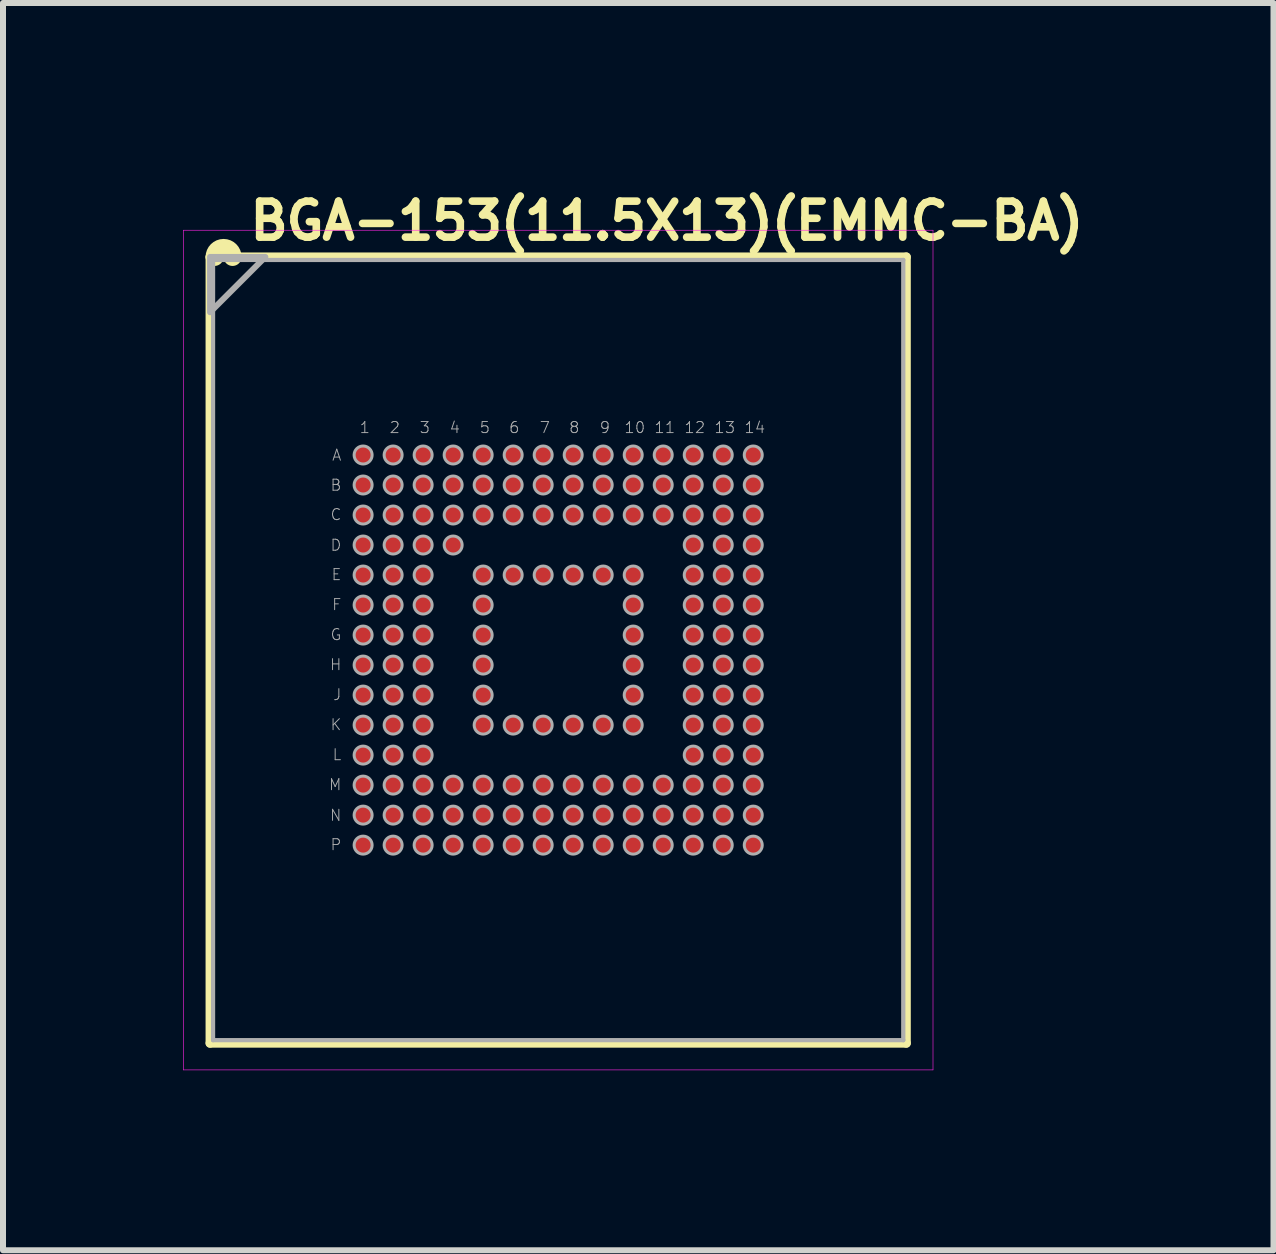
<source format=kicad_pcb>
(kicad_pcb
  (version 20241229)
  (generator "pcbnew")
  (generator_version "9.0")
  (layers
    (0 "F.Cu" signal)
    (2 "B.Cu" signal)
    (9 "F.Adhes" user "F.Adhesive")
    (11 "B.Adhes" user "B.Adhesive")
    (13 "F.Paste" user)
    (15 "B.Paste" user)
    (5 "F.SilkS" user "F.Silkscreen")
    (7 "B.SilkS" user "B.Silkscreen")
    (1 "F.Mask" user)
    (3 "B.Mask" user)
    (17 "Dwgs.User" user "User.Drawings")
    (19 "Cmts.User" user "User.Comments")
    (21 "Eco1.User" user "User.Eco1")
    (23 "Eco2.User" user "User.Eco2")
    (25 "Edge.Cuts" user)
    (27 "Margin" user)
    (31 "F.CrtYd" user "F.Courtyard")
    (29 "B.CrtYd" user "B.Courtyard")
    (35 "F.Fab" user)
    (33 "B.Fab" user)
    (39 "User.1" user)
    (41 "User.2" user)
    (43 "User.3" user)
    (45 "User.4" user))
  (footprint "BGA-153(11.5X13)(EMMC-BA)"
    (layer "F.Cu")
    (at 6.25 7.781)
    (property "Reference" "BGA-153(11.5X13)(EMMC-BA)" (at -5.2 -6.8 0) (layer "F.SilkS") (effects (font (size 0.6 0.6) (thickness 0.127) (bold yes)) (justify left bottom)))
    (fp_circle (center -3.25 -3.25) (end -3.148 -3.25) (stroke (width 0.203) (type solid)) (fill no) (layer "F.Mask"))
    (fp_circle (center -3.25 -2.75) (end -3.148 -2.75) (stroke (width 0.203) (type solid)) (fill no) (layer "F.Mask"))
    (fp_circle (center -3.25 -2.25) (end -3.148 -2.25) (stroke (width 0.203) (type solid)) (fill no) (layer "F.Mask"))
    (fp_circle (center -3.25 -1.75) (end -3.148 -1.75) (stroke (width 0.203) (type solid)) (fill no) (layer "F.Mask"))
    (fp_circle (center -3.25 -1.25) (end -3.148 -1.25) (stroke (width 0.203) (type solid)) (fill no) (layer "F.Mask"))
    (fp_circle (center -3.25 -0.75) (end -3.148 -0.75) (stroke (width 0.203) (type solid)) (fill no) (layer "F.Mask"))
    (fp_circle (center -3.25 -0.25) (end -3.148 -0.25) (stroke (width 0.203) (type solid)) (fill no) (layer "F.Mask"))
    (fp_circle (center -3.25 0.25) (end -3.148 0.25) (stroke (width 0.203) (type solid)) (fill no) (layer "F.Mask"))
    (fp_circle (center -3.25 0.75) (end -3.148 0.75) (stroke (width 0.203) (type solid)) (fill no) (layer "F.Mask"))
    (fp_circle (center -3.25 1.25) (end -3.148 1.25) (stroke (width 0.203) (type solid)) (fill no) (layer "F.Mask"))
    (fp_circle (center -3.25 1.75) (end -3.148 1.75) (stroke (width 0.203) (type solid)) (fill no) (layer "F.Mask"))
    (fp_circle (center -3.25 2.25) (end -3.148 2.25) (stroke (width 0.203) (type solid)) (fill no) (layer "F.Mask"))
    (fp_circle (center -3.25 2.75) (end -3.148 2.75) (stroke (width 0.203) (type solid)) (fill no) (layer "F.Mask"))
    (fp_circle (center -3.25 3.25) (end -3.148 3.25) (stroke (width 0.203) (type solid)) (fill no) (layer "F.Mask"))
    (fp_circle (center -2.75 -3.25) (end -2.648 -3.25) (stroke (width 0.203) (type solid)) (fill no) (layer "F.Mask"))
    (fp_circle (center -2.75 -2.75) (end -2.648 -2.75) (stroke (width 0.203) (type solid)) (fill no) (layer "F.Mask"))
    (fp_circle (center -2.75 -2.25) (end -2.648 -2.25) (stroke (width 0.203) (type solid)) (fill no) (layer "F.Mask"))
    (fp_circle (center -2.75 -1.75) (end -2.648 -1.75) (stroke (width 0.203) (type solid)) (fill no) (layer "F.Mask"))
    (fp_circle (center -2.75 -1.25) (end -2.648 -1.25) (stroke (width 0.203) (type solid)) (fill no) (layer "F.Mask"))
    (fp_circle (center -2.75 -0.75) (end -2.648 -0.75) (stroke (width 0.203) (type solid)) (fill no) (layer "F.Mask"))
    (fp_circle (center -2.75 -0.25) (end -2.648 -0.25) (stroke (width 0.203) (type solid)) (fill no) (layer "F.Mask"))
    (fp_circle (center -2.75 0.25) (end -2.648 0.25) (stroke (width 0.203) (type solid)) (fill no) (layer "F.Mask"))
    (fp_circle (center -2.75 0.75) (end -2.648 0.75) (stroke (width 0.203) (type solid)) (fill no) (layer "F.Mask"))
    (fp_circle (center -2.75 1.25) (end -2.648 1.25) (stroke (width 0.203) (type solid)) (fill no) (layer "F.Mask"))
    (fp_circle (center -2.75 1.75) (end -2.648 1.75) (stroke (width 0.203) (type solid)) (fill no) (layer "F.Mask"))
    (fp_circle (center -2.75 2.25) (end -2.648 2.25) (stroke (width 0.203) (type solid)) (fill no) (layer "F.Mask"))
    (fp_circle (center -2.75 2.75) (end -2.648 2.75) (stroke (width 0.203) (type solid)) (fill no) (layer "F.Mask"))
    (fp_circle (center -2.75 3.25) (end -2.648 3.25) (stroke (width 0.203) (type solid)) (fill no) (layer "F.Mask"))
    (fp_circle (center -2.25 -3.25) (end -2.148 -3.25) (stroke (width 0.203) (type solid)) (fill no) (layer "F.Mask"))
    (fp_circle (center -2.25 -2.75) (end -2.148 -2.75) (stroke (width 0.203) (type solid)) (fill no) (layer "F.Mask"))
    (fp_circle (center -2.25 -2.25) (end -2.148 -2.25) (stroke (width 0.203) (type solid)) (fill no) (layer "F.Mask"))
    (fp_circle (center -2.25 -1.75) (end -2.148 -1.75) (stroke (width 0.203) (type solid)) (fill no) (layer "F.Mask"))
    (fp_circle (center -2.25 -1.25) (end -2.148 -1.25) (stroke (width 0.203) (type solid)) (fill no) (layer "F.Mask"))
    (fp_circle (center -2.25 -0.75) (end -2.148 -0.75) (stroke (width 0.203) (type solid)) (fill no) (layer "F.Mask"))
    (fp_circle (center -2.25 -0.25) (end -2.148 -0.25) (stroke (width 0.203) (type solid)) (fill no) (layer "F.Mask"))
    (fp_circle (center -2.25 0.25) (end -2.148 0.25) (stroke (width 0.203) (type solid)) (fill no) (layer "F.Mask"))
    (fp_circle (center -2.25 0.75) (end -2.148 0.75) (stroke (width 0.203) (type solid)) (fill no) (layer "F.Mask"))
    (fp_circle (center -2.25 1.25) (end -2.148 1.25) (stroke (width 0.203) (type solid)) (fill no) (layer "F.Mask"))
    (fp_circle (center -2.25 1.75) (end -2.148 1.75) (stroke (width 0.203) (type solid)) (fill no) (layer "F.Mask"))
    (fp_circle (center -2.25 2.25) (end -2.148 2.25) (stroke (width 0.203) (type solid)) (fill no) (layer "F.Mask"))
    (fp_circle (center -2.25 2.75) (end -2.148 2.75) (stroke (width 0.203) (type solid)) (fill no) (layer "F.Mask"))
    (fp_circle (center -2.25 3.25) (end -2.148 3.25) (stroke (width 0.203) (type solid)) (fill no) (layer "F.Mask"))
    (fp_circle (center -1.75 -3.25) (end -1.648 -3.25) (stroke (width 0.203) (type solid)) (fill no) (layer "F.Mask"))
    (fp_circle (center -1.75 -2.75) (end -1.648 -2.75) (stroke (width 0.203) (type solid)) (fill no) (layer "F.Mask"))
    (fp_circle (center -1.75 -2.25) (end -1.648 -2.25) (stroke (width 0.203) (type solid)) (fill no) (layer "F.Mask"))
    (fp_circle (center -1.75 -1.75) (end -1.648 -1.75) (stroke (width 0.203) (type solid)) (fill no) (layer "F.Mask"))
    (fp_circle (center -1.75 2.25) (end -1.648 2.25) (stroke (width 0.203) (type solid)) (fill no) (layer "F.Mask"))
    (fp_circle (center -1.75 2.75) (end -1.648 2.75) (stroke (width 0.203) (type solid)) (fill no) (layer "F.Mask"))
    (fp_circle (center -1.75 3.25) (end -1.648 3.25) (stroke (width 0.203) (type solid)) (fill no) (layer "F.Mask"))
    (fp_circle (center -1.25 -3.25) (end -1.148 -3.25) (stroke (width 0.203) (type solid)) (fill no) (layer "F.Mask"))
    (fp_circle (center -1.25 -2.75) (end -1.148 -2.75) (stroke (width 0.203) (type solid)) (fill no) (layer "F.Mask"))
    (fp_circle (center -1.25 -2.25) (end -1.148 -2.25) (stroke (width 0.203) (type solid)) (fill no) (layer "F.Mask"))
    (fp_circle (center -1.25 -1.25) (end -1.148 -1.25) (stroke (width 0.203) (type solid)) (fill no) (layer "F.Mask"))
    (fp_circle (center -1.25 -0.75) (end -1.148 -0.75) (stroke (width 0.203) (type solid)) (fill no) (layer "F.Mask"))
    (fp_circle (center -1.25 -0.25) (end -1.148 -0.25) (stroke (width 0.203) (type solid)) (fill no) (layer "F.Mask"))
    (fp_circle (center -1.25 0.25) (end -1.148 0.25) (stroke (width 0.203) (type solid)) (fill no) (layer "F.Mask"))
    (fp_circle (center -1.25 0.75) (end -1.148 0.75) (stroke (width 0.203) (type solid)) (fill no) (layer "F.Mask"))
    (fp_circle (center -1.25 1.25) (end -1.148 1.25) (stroke (width 0.203) (type solid)) (fill no) (layer "F.Mask"))
    (fp_circle (center -1.25 2.25) (end -1.148 2.25) (stroke (width 0.203) (type solid)) (fill no) (layer "F.Mask"))
    (fp_circle (center -1.25 2.75) (end -1.148 2.75) (stroke (width 0.203) (type solid)) (fill no) (layer "F.Mask"))
    (fp_circle (center -1.25 3.25) (end -1.148 3.25) (stroke (width 0.203) (type solid)) (fill no) (layer "F.Mask"))
    (fp_circle (center -0.75 -3.25) (end -0.648 -3.25) (stroke (width 0.203) (type solid)) (fill no) (layer "F.Mask"))
    (fp_circle (center -0.75 -2.75) (end -0.648 -2.75) (stroke (width 0.203) (type solid)) (fill no) (layer "F.Mask"))
    (fp_circle (center -0.75 -2.25) (end -0.648 -2.25) (stroke (width 0.203) (type solid)) (fill no) (layer "F.Mask"))
    (fp_circle (center -0.75 -1.25) (end -0.648 -1.25) (stroke (width 0.203) (type solid)) (fill no) (layer "F.Mask"))
    (fp_circle (center -0.75 1.25) (end -0.648 1.25) (stroke (width 0.203) (type solid)) (fill no) (layer "F.Mask"))
    (fp_circle (center -0.75 2.25) (end -0.648 2.25) (stroke (width 0.203) (type solid)) (fill no) (layer "F.Mask"))
    (fp_circle (center -0.75 2.75) (end -0.648 2.75) (stroke (width 0.203) (type solid)) (fill no) (layer "F.Mask"))
    (fp_circle (center -0.75 3.25) (end -0.648 3.25) (stroke (width 0.203) (type solid)) (fill no) (layer "F.Mask"))
    (fp_circle (center -0.25 -3.25) (end -0.148 -3.25) (stroke (width 0.203) (type solid)) (fill no) (layer "F.Mask"))
    (fp_circle (center -0.25 -2.75) (end -0.148 -2.75) (stroke (width 0.203) (type solid)) (fill no) (layer "F.Mask"))
    (fp_circle (center -0.25 -2.25) (end -0.148 -2.25) (stroke (width 0.203) (type solid)) (fill no) (layer "F.Mask"))
    (fp_circle (center -0.25 -1.25) (end -0.148 -1.25) (stroke (width 0.203) (type solid)) (fill no) (layer "F.Mask"))
    (fp_circle (center -0.25 1.25) (end -0.148 1.25) (stroke (width 0.203) (type solid)) (fill no) (layer "F.Mask"))
    (fp_circle (center -0.25 2.25) (end -0.148 2.25) (stroke (width 0.203) (type solid)) (fill no) (layer "F.Mask"))
    (fp_circle (center -0.25 2.75) (end -0.148 2.75) (stroke (width 0.203) (type solid)) (fill no) (layer "F.Mask"))
    (fp_circle (center -0.25 3.25) (end -0.148 3.25) (stroke (width 0.203) (type solid)) (fill no) (layer "F.Mask"))
    (fp_circle (center 0.25 -3.25) (end 0.352 -3.25) (stroke (width 0.203) (type solid)) (fill no) (layer "F.Mask"))
    (fp_circle (center 0.25 -2.75) (end 0.352 -2.75) (stroke (width 0.203) (type solid)) (fill no) (layer "F.Mask"))
    (fp_circle (center 0.25 -2.25) (end 0.352 -2.25) (stroke (width 0.203) (type solid)) (fill no) (layer "F.Mask"))
    (fp_circle (center 0.25 -1.25) (end 0.352 -1.25) (stroke (width 0.203) (type solid)) (fill no) (layer "F.Mask"))
    (fp_circle (center 0.25 1.25) (end 0.352 1.25) (stroke (width 0.203) (type solid)) (fill no) (layer "F.Mask"))
    (fp_circle (center 0.25 2.25) (end 0.352 2.25) (stroke (width 0.203) (type solid)) (fill no) (layer "F.Mask"))
    (fp_circle (center 0.25 2.75) (end 0.352 2.75) (stroke (width 0.203) (type solid)) (fill no) (layer "F.Mask"))
    (fp_circle (center 0.25 3.25) (end 0.352 3.25) (stroke (width 0.203) (type solid)) (fill no) (layer "F.Mask"))
    (fp_circle (center 0.75 -3.25) (end 0.852 -3.25) (stroke (width 0.203) (type solid)) (fill no) (layer "F.Mask"))
    (fp_circle (center 0.75 -2.75) (end 0.852 -2.75) (stroke (width 0.203) (type solid)) (fill no) (layer "F.Mask"))
    (fp_circle (center 0.75 -2.25) (end 0.852 -2.25) (stroke (width 0.203) (type solid)) (fill no) (layer "F.Mask"))
    (fp_circle (center 0.75 -1.25) (end 0.852 -1.25) (stroke (width 0.203) (type solid)) (fill no) (layer "F.Mask"))
    (fp_circle (center 0.75 1.25) (end 0.852 1.25) (stroke (width 0.203) (type solid)) (fill no) (layer "F.Mask"))
    (fp_circle (center 0.75 2.25) (end 0.852 2.25) (stroke (width 0.203) (type solid)) (fill no) (layer "F.Mask"))
    (fp_circle (center 0.75 2.75) (end 0.852 2.75) (stroke (width 0.203) (type solid)) (fill no) (layer "F.Mask"))
    (fp_circle (center 0.75 3.25) (end 0.852 3.25) (stroke (width 0.203) (type solid)) (fill no) (layer "F.Mask"))
    (fp_circle (center 1.25 -3.25) (end 1.352 -3.25) (stroke (width 0.203) (type solid)) (fill no) (layer "F.Mask"))
    (fp_circle (center 1.25 -2.75) (end 1.352 -2.75) (stroke (width 0.203) (type solid)) (fill no) (layer "F.Mask"))
    (fp_circle (center 1.25 -2.25) (end 1.352 -2.25) (stroke (width 0.203) (type solid)) (fill no) (layer "F.Mask"))
    (fp_circle (center 1.25 -1.25) (end 1.352 -1.25) (stroke (width 0.203) (type solid)) (fill no) (layer "F.Mask"))
    (fp_circle (center 1.25 -0.75) (end 1.352 -0.75) (stroke (width 0.203) (type solid)) (fill no) (layer "F.Mask"))
    (fp_circle (center 1.25 -0.25) (end 1.352 -0.25) (stroke (width 0.203) (type solid)) (fill no) (layer "F.Mask"))
    (fp_circle (center 1.25 0.25) (end 1.352 0.25) (stroke (width 0.203) (type solid)) (fill no) (layer "F.Mask"))
    (fp_circle (center 1.25 0.75) (end 1.352 0.75) (stroke (width 0.203) (type solid)) (fill no) (layer "F.Mask"))
    (fp_circle (center 1.25 1.25) (end 1.352 1.25) (stroke (width 0.203) (type solid)) (fill no) (layer "F.Mask"))
    (fp_circle (center 1.25 2.25) (end 1.352 2.25) (stroke (width 0.203) (type solid)) (fill no) (layer "F.Mask"))
    (fp_circle (center 1.25 2.75) (end 1.352 2.75) (stroke (width 0.203) (type solid)) (fill no) (layer "F.Mask"))
    (fp_circle (center 1.25 3.25) (end 1.352 3.25) (stroke (width 0.203) (type solid)) (fill no) (layer "F.Mask"))
    (fp_circle (center 1.75 -3.25) (end 1.852 -3.25) (stroke (width 0.203) (type solid)) (fill no) (layer "F.Mask"))
    (fp_circle (center 1.75 -2.75) (end 1.852 -2.75) (stroke (width 0.203) (type solid)) (fill no) (layer "F.Mask"))
    (fp_circle (center 1.75 -2.25) (end 1.852 -2.25) (stroke (width 0.203) (type solid)) (fill no) (layer "F.Mask"))
    (fp_circle (center 1.75 2.25) (end 1.852 2.25) (stroke (width 0.203) (type solid)) (fill no) (layer "F.Mask"))
    (fp_circle (center 1.75 2.75) (end 1.852 2.75) (stroke (width 0.203) (type solid)) (fill no) (layer "F.Mask"))
    (fp_circle (center 1.75 3.25) (end 1.852 3.25) (stroke (width 0.203) (type solid)) (fill no) (layer "F.Mask"))
    (fp_circle (center 2.25 -3.25) (end 2.352 -3.25) (stroke (width 0.203) (type solid)) (fill no) (layer "F.Mask"))
    (fp_circle (center 2.25 -2.75) (end 2.352 -2.75) (stroke (width 0.203) (type solid)) (fill no) (layer "F.Mask"))
    (fp_circle (center 2.25 -2.25) (end 2.352 -2.25) (stroke (width 0.203) (type solid)) (fill no) (layer "F.Mask"))
    (fp_circle (center 2.25 -1.75) (end 2.352 -1.75) (stroke (width 0.203) (type solid)) (fill no) (layer "F.Mask"))
    (fp_circle (center 2.25 -1.25) (end 2.352 -1.25) (stroke (width 0.203) (type solid)) (fill no) (layer "F.Mask"))
    (fp_circle (center 2.25 -0.75) (end 2.352 -0.75) (stroke (width 0.203) (type solid)) (fill no) (layer "F.Mask"))
    (fp_circle (center 2.25 -0.25) (end 2.352 -0.25) (stroke (width 0.203) (type solid)) (fill no) (layer "F.Mask"))
    (fp_circle (center 2.25 0.25) (end 2.352 0.25) (stroke (width 0.203) (type solid)) (fill no) (layer "F.Mask"))
    (fp_circle (center 2.25 0.75) (end 2.352 0.75) (stroke (width 0.203) (type solid)) (fill no) (layer "F.Mask"))
    (fp_circle (center 2.25 1.25) (end 2.352 1.25) (stroke (width 0.203) (type solid)) (fill no) (layer "F.Mask"))
    (fp_circle (center 2.25 1.75) (end 2.352 1.75) (stroke (width 0.203) (type solid)) (fill no) (layer "F.Mask"))
    (fp_circle (center 2.25 2.25) (end 2.352 2.25) (stroke (width 0.203) (type solid)) (fill no) (layer "F.Mask"))
    (fp_circle (center 2.25 2.75) (end 2.352 2.75) (stroke (width 0.203) (type solid)) (fill no) (layer "F.Mask"))
    (fp_circle (center 2.25 3.25) (end 2.352 3.25) (stroke (width 0.203) (type solid)) (fill no) (layer "F.Mask"))
    (fp_circle (center 2.75 -3.25) (end 2.852 -3.25) (stroke (width 0.203) (type solid)) (fill no) (layer "F.Mask"))
    (fp_circle (center 2.75 -2.75) (end 2.852 -2.75) (stroke (width 0.203) (type solid)) (fill no) (layer "F.Mask"))
    (fp_circle (center 2.75 -2.25) (end 2.852 -2.25) (stroke (width 0.203) (type solid)) (fill no) (layer "F.Mask"))
    (fp_circle (center 2.75 -1.75) (end 2.852 -1.75) (stroke (width 0.203) (type solid)) (fill no) (layer "F.Mask"))
    (fp_circle (center 2.75 -1.25) (end 2.852 -1.25) (stroke (width 0.203) (type solid)) (fill no) (layer "F.Mask"))
    (fp_circle (center 2.75 -0.75) (end 2.852 -0.75) (stroke (width 0.203) (type solid)) (fill no) (layer "F.Mask"))
    (fp_circle (center 2.75 -0.25) (end 2.852 -0.25) (stroke (width 0.203) (type solid)) (fill no) (layer "F.Mask"))
    (fp_circle (center 2.75 0.25) (end 2.852 0.25) (stroke (width 0.203) (type solid)) (fill no) (layer "F.Mask"))
    (fp_circle (center 2.75 0.75) (end 2.852 0.75) (stroke (width 0.203) (type solid)) (fill no) (layer "F.Mask"))
    (fp_circle (center 2.75 1.25) (end 2.852 1.25) (stroke (width 0.203) (type solid)) (fill no) (layer "F.Mask"))
    (fp_circle (center 2.75 1.75) (end 2.852 1.75) (stroke (width 0.203) (type solid)) (fill no) (layer "F.Mask"))
    (fp_circle (center 2.75 2.25) (end 2.852 2.25) (stroke (width 0.203) (type solid)) (fill no) (layer "F.Mask"))
    (fp_circle (center 2.75 2.75) (end 2.852 2.75) (stroke (width 0.203) (type solid)) (fill no) (layer "F.Mask"))
    (fp_circle (center 2.75 3.25) (end 2.852 3.25) (stroke (width 0.203) (type solid)) (fill no) (layer "F.Mask"))
    (fp_circle (center 3.25 -3.25) (end 3.352 -3.25) (stroke (width 0.203) (type solid)) (fill no) (layer "F.Mask"))
    (fp_circle (center 3.25 -2.75) (end 3.352 -2.75) (stroke (width 0.203) (type solid)) (fill no) (layer "F.Mask"))
    (fp_circle (center 3.25 -2.25) (end 3.352 -2.25) (stroke (width 0.203) (type solid)) (fill no) (layer "F.Mask"))
    (fp_circle (center 3.25 -1.75) (end 3.352 -1.75) (stroke (width 0.203) (type solid)) (fill no) (layer "F.Mask"))
    (fp_circle (center 3.25 -1.25) (end 3.352 -1.25) (stroke (width 0.203) (type solid)) (fill no) (layer "F.Mask"))
    (fp_circle (center 3.25 -0.75) (end 3.352 -0.75) (stroke (width 0.203) (type solid)) (fill no) (layer "F.Mask"))
    (fp_circle (center 3.25 -0.25) (end 3.352 -0.25) (stroke (width 0.203) (type solid)) (fill no) (layer "F.Mask"))
    (fp_circle (center 3.25 0.25) (end 3.352 0.25) (stroke (width 0.203) (type solid)) (fill no) (layer "F.Mask"))
    (fp_circle (center 3.25 0.75) (end 3.352 0.75) (stroke (width 0.203) (type solid)) (fill no) (layer "F.Mask"))
    (fp_circle (center 3.25 1.25) (end 3.352 1.25) (stroke (width 0.203) (type solid)) (fill no) (layer "F.Mask"))
    (fp_circle (center 3.25 1.75) (end 3.352 1.75) (stroke (width 0.203) (type solid)) (fill no) (layer "F.Mask"))
    (fp_circle (center 3.25 2.25) (end 3.352 2.25) (stroke (width 0.203) (type solid)) (fill no) (layer "F.Mask"))
    (fp_circle (center 3.25 2.75) (end 3.352 2.75) (stroke (width 0.203) (type solid)) (fill no) (layer "F.Mask"))
    (fp_circle (center 3.25 3.25) (end 3.352 3.25) (stroke (width 0.203) (type solid)) (fill no) (layer "F.Mask"))
    (fp_line (start -5.8 -6.55) (end -5.725 -6.55) (stroke (width 0.15) (type solid)) (layer "F.SilkS"))
    (fp_line (start -5.8 6.55) (end -5.8 -6.55) (stroke (width 0.15) (type solid)) (layer "F.SilkS"))
    (fp_line (start -5.725 -6.55) (end -5.425 -6.55) (stroke (width 0.15) (type solid)) (layer "F.SilkS"))
    (fp_line (start -5.425 -6.55) (end 5.8 -6.55) (stroke (width 0.15) (type solid)) (layer "F.SilkS"))
    (fp_line (start 5.8 -6.55) (end 5.8 6.55) (stroke (width 0.15) (type solid)) (layer "F.SilkS"))
    (fp_line (start 5.8 6.55) (end -5.8 6.55) (stroke (width 0.15) (type solid)) (layer "F.SilkS"))
    (fp_arc (start -5.725 -6.55) (mid -5.575 -6.7) (end -5.425 -6.55) (stroke (width 0.3) (type solid)) (layer "F.SilkS"))
    (fp_line (start -6.245 -6.995) (end -6.245 6.995) (stroke (width 0.01) (type solid)) (layer "F.CrtYd"))
    (fp_line (start -6.245 6.995) (end 6.245 6.995) (stroke (width 0.01) (type solid)) (layer "F.CrtYd"))
    (fp_line (start 6.245 -6.995) (end -6.245 -6.995) (stroke (width 0.01) (type solid)) (layer "F.CrtYd"))
    (fp_line (start 6.245 6.995) (end 6.245 -6.995) (stroke (width 0.01) (type solid)) (layer "F.CrtYd"))
    (fp_line (start -5.75 -6.5) (end 5.75 -6.5) (stroke (width 0.07) (type solid)) (layer "F.Fab"))
    (fp_line (start -5.75 6.5) (end -5.75 -6.5) (stroke (width 0.07) (type solid)) (layer "F.Fab"))
    (fp_line (start 5.75 -6.5) (end 5.75 6.5) (stroke (width 0.07) (type solid)) (layer "F.Fab"))
    (fp_line (start 5.75 6.5) (end -5.75 6.5) (stroke (width 0.07) (type solid)) (layer "F.Fab"))
    (fp_circle (center -3.25 -3.25) (end -3.1 -3.25) (stroke (width 0.05) (type solid)) (fill no) (layer "F.Fab"))
    (fp_circle (center -3.25 -2.75) (end -3.1 -2.75) (stroke (width 0.05) (type solid)) (fill no) (layer "F.Fab"))
    (fp_circle (center -3.25 -2.25) (end -3.1 -2.25) (stroke (width 0.05) (type solid)) (fill no) (layer "F.Fab"))
    (fp_circle (center -3.25 -1.75) (end -3.1 -1.75) (stroke (width 0.05) (type solid)) (fill no) (layer "F.Fab"))
    (fp_circle (center -3.25 -1.25) (end -3.1 -1.25) (stroke (width 0.05) (type solid)) (fill no) (layer "F.Fab"))
    (fp_circle (center -3.25 -0.75) (end -3.1 -0.75) (stroke (width 0.05) (type solid)) (fill no) (layer "F.Fab"))
    (fp_circle (center -3.25 -0.25) (end -3.1 -0.25) (stroke (width 0.05) (type solid)) (fill no) (layer "F.Fab"))
    (fp_circle (center -3.25 0.25) (end -3.1 0.25) (stroke (width 0.05) (type solid)) (fill no) (layer "F.Fab"))
    (fp_circle (center -3.25 0.75) (end -3.1 0.75) (stroke (width 0.05) (type solid)) (fill no) (layer "F.Fab"))
    (fp_circle (center -3.25 1.25) (end -3.1 1.25) (stroke (width 0.05) (type solid)) (fill no) (layer "F.Fab"))
    (fp_circle (center -3.25 1.75) (end -3.1 1.75) (stroke (width 0.05) (type solid)) (fill no) (layer "F.Fab"))
    (fp_circle (center -3.25 2.25) (end -3.1 2.25) (stroke (width 0.05) (type solid)) (fill no) (layer "F.Fab"))
    (fp_circle (center -3.25 2.75) (end -3.1 2.75) (stroke (width 0.05) (type solid)) (fill no) (layer "F.Fab"))
    (fp_circle (center -3.25 3.25) (end -3.1 3.25) (stroke (width 0.05) (type solid)) (fill no) (layer "F.Fab"))
    (fp_circle (center -2.75 -3.25) (end -2.6 -3.25) (stroke (width 0.05) (type solid)) (fill no) (layer "F.Fab"))
    (fp_circle (center -2.75 -2.75) (end -2.6 -2.75) (stroke (width 0.05) (type solid)) (fill no) (layer "F.Fab"))
    (fp_circle (center -2.75 -2.25) (end -2.6 -2.25) (stroke (width 0.05) (type solid)) (fill no) (layer "F.Fab"))
    (fp_circle (center -2.75 -1.75) (end -2.6 -1.75) (stroke (width 0.05) (type solid)) (fill no) (layer "F.Fab"))
    (fp_circle (center -2.75 -1.25) (end -2.6 -1.25) (stroke (width 0.05) (type solid)) (fill no) (layer "F.Fab"))
    (fp_circle (center -2.75 -0.75) (end -2.6 -0.75) (stroke (width 0.05) (type solid)) (fill no) (layer "F.Fab"))
    (fp_circle (center -2.75 -0.25) (end -2.6 -0.25) (stroke (width 0.05) (type solid)) (fill no) (layer "F.Fab"))
    (fp_circle (center -2.75 0.25) (end -2.6 0.25) (stroke (width 0.05) (type solid)) (fill no) (layer "F.Fab"))
    (fp_circle (center -2.75 0.75) (end -2.6 0.75) (stroke (width 0.05) (type solid)) (fill no) (layer "F.Fab"))
    (fp_circle (center -2.75 1.25) (end -2.6 1.25) (stroke (width 0.05) (type solid)) (fill no) (layer "F.Fab"))
    (fp_circle (center -2.75 1.75) (end -2.6 1.75) (stroke (width 0.05) (type solid)) (fill no) (layer "F.Fab"))
    (fp_circle (center -2.75 2.25) (end -2.6 2.25) (stroke (width 0.05) (type solid)) (fill no) (layer "F.Fab"))
    (fp_circle (center -2.75 2.75) (end -2.6 2.75) (stroke (width 0.05) (type solid)) (fill no) (layer "F.Fab"))
    (fp_circle (center -2.75 3.25) (end -2.6 3.25) (stroke (width 0.05) (type solid)) (fill no) (layer "F.Fab"))
    (fp_circle (center -2.25 -3.25) (end -2.1 -3.25) (stroke (width 0.05) (type solid)) (fill no) (layer "F.Fab"))
    (fp_circle (center -2.25 -2.75) (end -2.1 -2.75) (stroke (width 0.05) (type solid)) (fill no) (layer "F.Fab"))
    (fp_circle (center -2.25 -2.25) (end -2.1 -2.25) (stroke (width 0.05) (type solid)) (fill no) (layer "F.Fab"))
    (fp_circle (center -2.25 -1.75) (end -2.1 -1.75) (stroke (width 0.05) (type solid)) (fill no) (layer "F.Fab"))
    (fp_circle (center -2.25 -1.25) (end -2.1 -1.25) (stroke (width 0.05) (type solid)) (fill no) (layer "F.Fab"))
    (fp_circle (center -2.25 -0.75) (end -2.1 -0.75) (stroke (width 0.05) (type solid)) (fill no) (layer "F.Fab"))
    (fp_circle (center -2.25 -0.25) (end -2.1 -0.25) (stroke (width 0.05) (type solid)) (fill no) (layer "F.Fab"))
    (fp_circle (center -2.25 0.25) (end -2.1 0.25) (stroke (width 0.05) (type solid)) (fill no) (layer "F.Fab"))
    (fp_circle (center -2.25 0.75) (end -2.1 0.75) (stroke (width 0.05) (type solid)) (fill no) (layer "F.Fab"))
    (fp_circle (center -2.25 1.25) (end -2.1 1.25) (stroke (width 0.05) (type solid)) (fill no) (layer "F.Fab"))
    (fp_circle (center -2.25 1.75) (end -2.1 1.75) (stroke (width 0.05) (type solid)) (fill no) (layer "F.Fab"))
    (fp_circle (center -2.25 2.25) (end -2.1 2.25) (stroke (width 0.05) (type solid)) (fill no) (layer "F.Fab"))
    (fp_circle (center -2.25 2.75) (end -2.1 2.75) (stroke (width 0.05) (type solid)) (fill no) (layer "F.Fab"))
    (fp_circle (center -2.25 3.25) (end -2.1 3.25) (stroke (width 0.05) (type solid)) (fill no) (layer "F.Fab"))
    (fp_circle (center -1.75 -3.25) (end -1.6 -3.25) (stroke (width 0.05) (type solid)) (fill no) (layer "F.Fab"))
    (fp_circle (center -1.75 -2.75) (end -1.6 -2.75) (stroke (width 0.05) (type solid)) (fill no) (layer "F.Fab"))
    (fp_circle (center -1.75 -2.25) (end -1.6 -2.25) (stroke (width 0.05) (type solid)) (fill no) (layer "F.Fab"))
    (fp_circle (center -1.75 -1.75) (end -1.6 -1.75) (stroke (width 0.05) (type solid)) (fill no) (layer "F.Fab"))
    (fp_circle (center -1.75 2.25) (end -1.6 2.25) (stroke (width 0.05) (type solid)) (fill no) (layer "F.Fab"))
    (fp_circle (center -1.75 2.75) (end -1.6 2.75) (stroke (width 0.05) (type solid)) (fill no) (layer "F.Fab"))
    (fp_circle (center -1.75 3.25) (end -1.6 3.25) (stroke (width 0.05) (type solid)) (fill no) (layer "F.Fab"))
    (fp_circle (center -1.25 -3.25) (end -1.1 -3.25) (stroke (width 0.05) (type solid)) (fill no) (layer "F.Fab"))
    (fp_circle (center -1.25 -2.75) (end -1.1 -2.75) (stroke (width 0.05) (type solid)) (fill no) (layer "F.Fab"))
    (fp_circle (center -1.25 -2.25) (end -1.1 -2.25) (stroke (width 0.05) (type solid)) (fill no) (layer "F.Fab"))
    (fp_circle (center -1.25 -1.25) (end -1.1 -1.25) (stroke (width 0.05) (type solid)) (fill no) (layer "F.Fab"))
    (fp_circle (center -1.25 -0.75) (end -1.1 -0.75) (stroke (width 0.05) (type solid)) (fill no) (layer "F.Fab"))
    (fp_circle (center -1.25 -0.25) (end -1.1 -0.25) (stroke (width 0.05) (type solid)) (fill no) (layer "F.Fab"))
    (fp_circle (center -1.25 0.25) (end -1.1 0.25) (stroke (width 0.05) (type solid)) (fill no) (layer "F.Fab"))
    (fp_circle (center -1.25 0.75) (end -1.1 0.75) (stroke (width 0.05) (type solid)) (fill no) (layer "F.Fab"))
    (fp_circle (center -1.25 1.25) (end -1.1 1.25) (stroke (width 0.05) (type solid)) (fill no) (layer "F.Fab"))
    (fp_circle (center -1.25 2.25) (end -1.1 2.25) (stroke (width 0.05) (type solid)) (fill no) (layer "F.Fab"))
    (fp_circle (center -1.25 2.75) (end -1.1 2.75) (stroke (width 0.05) (type solid)) (fill no) (layer "F.Fab"))
    (fp_circle (center -1.25 3.25) (end -1.1 3.25) (stroke (width 0.05) (type solid)) (fill no) (layer "F.Fab"))
    (fp_circle (center -0.75 -3.25) (end -0.6 -3.25) (stroke (width 0.05) (type solid)) (fill no) (layer "F.Fab"))
    (fp_circle (center -0.75 -2.75) (end -0.6 -2.75) (stroke (width 0.05) (type solid)) (fill no) (layer "F.Fab"))
    (fp_circle (center -0.75 -2.25) (end -0.6 -2.25) (stroke (width 0.05) (type solid)) (fill no) (layer "F.Fab"))
    (fp_circle (center -0.75 -1.25) (end -0.6 -1.25) (stroke (width 0.05) (type solid)) (fill no) (layer "F.Fab"))
    (fp_circle (center -0.75 1.25) (end -0.6 1.25) (stroke (width 0.05) (type solid)) (fill no) (layer "F.Fab"))
    (fp_circle (center -0.75 2.25) (end -0.6 2.25) (stroke (width 0.05) (type solid)) (fill no) (layer "F.Fab"))
    (fp_circle (center -0.75 2.75) (end -0.6 2.75) (stroke (width 0.05) (type solid)) (fill no) (layer "F.Fab"))
    (fp_circle (center -0.75 3.25) (end -0.6 3.25) (stroke (width 0.05) (type solid)) (fill no) (layer "F.Fab"))
    (fp_circle (center -0.25 -3.25) (end -0.1 -3.25) (stroke (width 0.05) (type solid)) (fill no) (layer "F.Fab"))
    (fp_circle (center -0.25 -2.75) (end -0.1 -2.75) (stroke (width 0.05) (type solid)) (fill no) (layer "F.Fab"))
    (fp_circle (center -0.25 -2.25) (end -0.1 -2.25) (stroke (width 0.05) (type solid)) (fill no) (layer "F.Fab"))
    (fp_circle (center -0.25 -1.25) (end -0.1 -1.25) (stroke (width 0.05) (type solid)) (fill no) (layer "F.Fab"))
    (fp_circle (center -0.25 1.25) (end -0.1 1.25) (stroke (width 0.05) (type solid)) (fill no) (layer "F.Fab"))
    (fp_circle (center -0.25 2.25) (end -0.1 2.25) (stroke (width 0.05) (type solid)) (fill no) (layer "F.Fab"))
    (fp_circle (center -0.25 2.75) (end -0.1 2.75) (stroke (width 0.05) (type solid)) (fill no) (layer "F.Fab"))
    (fp_circle (center -0.25 3.25) (end -0.1 3.25) (stroke (width 0.05) (type solid)) (fill no) (layer "F.Fab"))
    (fp_circle (center 0.25 -3.25) (end 0.4 -3.25) (stroke (width 0.05) (type solid)) (fill no) (layer "F.Fab"))
    (fp_circle (center 0.25 -2.75) (end 0.4 -2.75) (stroke (width 0.05) (type solid)) (fill no) (layer "F.Fab"))
    (fp_circle (center 0.25 -2.25) (end 0.4 -2.25) (stroke (width 0.05) (type solid)) (fill no) (layer "F.Fab"))
    (fp_circle (center 0.25 -1.25) (end 0.4 -1.25) (stroke (width 0.05) (type solid)) (fill no) (layer "F.Fab"))
    (fp_circle (center 0.25 1.25) (end 0.4 1.25) (stroke (width 0.05) (type solid)) (fill no) (layer "F.Fab"))
    (fp_circle (center 0.25 2.25) (end 0.4 2.25) (stroke (width 0.05) (type solid)) (fill no) (layer "F.Fab"))
    (fp_circle (center 0.25 2.75) (end 0.4 2.75) (stroke (width 0.05) (type solid)) (fill no) (layer "F.Fab"))
    (fp_circle (center 0.25 3.25) (end 0.4 3.25) (stroke (width 0.05) (type solid)) (fill no) (layer "F.Fab"))
    (fp_circle (center 0.75 -3.25) (end 0.9 -3.25) (stroke (width 0.05) (type solid)) (fill no) (layer "F.Fab"))
    (fp_circle (center 0.75 -2.75) (end 0.9 -2.75) (stroke (width 0.05) (type solid)) (fill no) (layer "F.Fab"))
    (fp_circle (center 0.75 -2.25) (end 0.9 -2.25) (stroke (width 0.05) (type solid)) (fill no) (layer "F.Fab"))
    (fp_circle (center 0.75 -1.25) (end 0.9 -1.25) (stroke (width 0.05) (type solid)) (fill no) (layer "F.Fab"))
    (fp_circle (center 0.75 1.25) (end 0.9 1.25) (stroke (width 0.05) (type solid)) (fill no) (layer "F.Fab"))
    (fp_circle (center 0.75 2.25) (end 0.9 2.25) (stroke (width 0.05) (type solid)) (fill no) (layer "F.Fab"))
    (fp_circle (center 0.75 2.75) (end 0.9 2.75) (stroke (width 0.05) (type solid)) (fill no) (layer "F.Fab"))
    (fp_circle (center 0.75 3.25) (end 0.9 3.25) (stroke (width 0.05) (type solid)) (fill no) (layer "F.Fab"))
    (fp_circle (center 1.25 -3.25) (end 1.4 -3.25) (stroke (width 0.05) (type solid)) (fill no) (layer "F.Fab"))
    (fp_circle (center 1.25 -2.75) (end 1.4 -2.75) (stroke (width 0.05) (type solid)) (fill no) (layer "F.Fab"))
    (fp_circle (center 1.25 -2.25) (end 1.4 -2.25) (stroke (width 0.05) (type solid)) (fill no) (layer "F.Fab"))
    (fp_circle (center 1.25 -1.25) (end 1.4 -1.25) (stroke (width 0.05) (type solid)) (fill no) (layer "F.Fab"))
    (fp_circle (center 1.25 -0.75) (end 1.4 -0.75) (stroke (width 0.05) (type solid)) (fill no) (layer "F.Fab"))
    (fp_circle (center 1.25 -0.25) (end 1.4 -0.25) (stroke (width 0.05) (type solid)) (fill no) (layer "F.Fab"))
    (fp_circle (center 1.25 0.25) (end 1.4 0.25) (stroke (width 0.05) (type solid)) (fill no) (layer "F.Fab"))
    (fp_circle (center 1.25 0.75) (end 1.4 0.75) (stroke (width 0.05) (type solid)) (fill no) (layer "F.Fab"))
    (fp_circle (center 1.25 1.25) (end 1.4 1.25) (stroke (width 0.05) (type solid)) (fill no) (layer "F.Fab"))
    (fp_circle (center 1.25 2.25) (end 1.4 2.25) (stroke (width 0.05) (type solid)) (fill no) (layer "F.Fab"))
    (fp_circle (center 1.25 2.75) (end 1.4 2.75) (stroke (width 0.05) (type solid)) (fill no) (layer "F.Fab"))
    (fp_circle (center 1.25 3.25) (end 1.4 3.25) (stroke (width 0.05) (type solid)) (fill no) (layer "F.Fab"))
    (fp_circle (center 1.75 -3.25) (end 1.9 -3.25) (stroke (width 0.05) (type solid)) (fill no) (layer "F.Fab"))
    (fp_circle (center 1.75 -2.75) (end 1.9 -2.75) (stroke (width 0.05) (type solid)) (fill no) (layer "F.Fab"))
    (fp_circle (center 1.75 -2.25) (end 1.9 -2.25) (stroke (width 0.05) (type solid)) (fill no) (layer "F.Fab"))
    (fp_circle (center 1.75 2.25) (end 1.9 2.25) (stroke (width 0.05) (type solid)) (fill no) (layer "F.Fab"))
    (fp_circle (center 1.75 2.75) (end 1.9 2.75) (stroke (width 0.05) (type solid)) (fill no) (layer "F.Fab"))
    (fp_circle (center 1.75 3.25) (end 1.9 3.25) (stroke (width 0.05) (type solid)) (fill no) (layer "F.Fab"))
    (fp_circle (center 2.25 -3.25) (end 2.4 -3.25) (stroke (width 0.05) (type solid)) (fill no) (layer "F.Fab"))
    (fp_circle (center 2.25 -2.75) (end 2.4 -2.75) (stroke (width 0.05) (type solid)) (fill no) (layer "F.Fab"))
    (fp_circle (center 2.25 -2.25) (end 2.4 -2.25) (stroke (width 0.05) (type solid)) (fill no) (layer "F.Fab"))
    (fp_circle (center 2.25 -1.75) (end 2.4 -1.75) (stroke (width 0.05) (type solid)) (fill no) (layer "F.Fab"))
    (fp_circle (center 2.25 -1.25) (end 2.4 -1.25) (stroke (width 0.05) (type solid)) (fill no) (layer "F.Fab"))
    (fp_circle (center 2.25 -0.75) (end 2.4 -0.75) (stroke (width 0.05) (type solid)) (fill no) (layer "F.Fab"))
    (fp_circle (center 2.25 -0.25) (end 2.4 -0.25) (stroke (width 0.05) (type solid)) (fill no) (layer "F.Fab"))
    (fp_circle (center 2.25 0.25) (end 2.4 0.25) (stroke (width 0.05) (type solid)) (fill no) (layer "F.Fab"))
    (fp_circle (center 2.25 0.75) (end 2.4 0.75) (stroke (width 0.05) (type solid)) (fill no) (layer "F.Fab"))
    (fp_circle (center 2.25 1.25) (end 2.4 1.25) (stroke (width 0.05) (type solid)) (fill no) (layer "F.Fab"))
    (fp_circle (center 2.25 1.75) (end 2.4 1.75) (stroke (width 0.05) (type solid)) (fill no) (layer "F.Fab"))
    (fp_circle (center 2.25 2.25) (end 2.4 2.25) (stroke (width 0.05) (type solid)) (fill no) (layer "F.Fab"))
    (fp_circle (center 2.25 2.75) (end 2.4 2.75) (stroke (width 0.05) (type solid)) (fill no) (layer "F.Fab"))
    (fp_circle (center 2.25 3.25) (end 2.4 3.25) (stroke (width 0.05) (type solid)) (fill no) (layer "F.Fab"))
    (fp_circle (center 2.75 -3.25) (end 2.9 -3.25) (stroke (width 0.05) (type solid)) (fill no) (layer "F.Fab"))
    (fp_circle (center 2.75 -2.75) (end 2.9 -2.75) (stroke (width 0.05) (type solid)) (fill no) (layer "F.Fab"))
    (fp_circle (center 2.75 -2.25) (end 2.9 -2.25) (stroke (width 0.05) (type solid)) (fill no) (layer "F.Fab"))
    (fp_circle (center 2.75 -1.75) (end 2.9 -1.75) (stroke (width 0.05) (type solid)) (fill no) (layer "F.Fab"))
    (fp_circle (center 2.75 -1.25) (end 2.9 -1.25) (stroke (width 0.05) (type solid)) (fill no) (layer "F.Fab"))
    (fp_circle (center 2.75 -0.75) (end 2.9 -0.75) (stroke (width 0.05) (type solid)) (fill no) (layer "F.Fab"))
    (fp_circle (center 2.75 -0.25) (end 2.9 -0.25) (stroke (width 0.05) (type solid)) (fill no) (layer "F.Fab"))
    (fp_circle (center 2.75 0.25) (end 2.9 0.25) (stroke (width 0.05) (type solid)) (fill no) (layer "F.Fab"))
    (fp_circle (center 2.75 0.75) (end 2.9 0.75) (stroke (width 0.05) (type solid)) (fill no) (layer "F.Fab"))
    (fp_circle (center 2.75 1.25) (end 2.9 1.25) (stroke (width 0.05) (type solid)) (fill no) (layer "F.Fab"))
    (fp_circle (center 2.75 1.75) (end 2.9 1.75) (stroke (width 0.05) (type solid)) (fill no) (layer "F.Fab"))
    (fp_circle (center 2.75 2.25) (end 2.9 2.25) (stroke (width 0.05) (type solid)) (fill no) (layer "F.Fab"))
    (fp_circle (center 2.75 2.75) (end 2.9 2.75) (stroke (width 0.05) (type solid)) (fill no) (layer "F.Fab"))
    (fp_circle (center 2.75 3.25) (end 2.9 3.25) (stroke (width 0.05) (type solid)) (fill no) (layer "F.Fab"))
    (fp_circle (center 3.25 -3.25) (end 3.4 -3.25) (stroke (width 0.05) (type solid)) (fill no) (layer "F.Fab"))
    (fp_circle (center 3.25 -2.75) (end 3.4 -2.75) (stroke (width 0.05) (type solid)) (fill no) (layer "F.Fab"))
    (fp_circle (center 3.25 -2.25) (end 3.4 -2.25) (stroke (width 0.05) (type solid)) (fill no) (layer "F.Fab"))
    (fp_circle (center 3.25 -1.75) (end 3.4 -1.75) (stroke (width 0.05) (type solid)) (fill no) (layer "F.Fab"))
    (fp_circle (center 3.25 -1.25) (end 3.4 -1.25) (stroke (width 0.05) (type solid)) (fill no) (layer "F.Fab"))
    (fp_circle (center 3.25 -0.75) (end 3.4 -0.75) (stroke (width 0.05) (type solid)) (fill no) (layer "F.Fab"))
    (fp_circle (center 3.25 -0.25) (end 3.4 -0.25) (stroke (width 0.05) (type solid)) (fill no) (layer "F.Fab"))
    (fp_circle (center 3.25 0.25) (end 3.4 0.25) (stroke (width 0.05) (type solid)) (fill no) (layer "F.Fab"))
    (fp_circle (center 3.25 0.75) (end 3.4 0.75) (stroke (width 0.05) (type solid)) (fill no) (layer "F.Fab"))
    (fp_circle (center 3.25 1.25) (end 3.4 1.25) (stroke (width 0.05) (type solid)) (fill no) (layer "F.Fab"))
    (fp_circle (center 3.25 1.75) (end 3.4 1.75) (stroke (width 0.05) (type solid)) (fill no) (layer "F.Fab"))
    (fp_circle (center 3.25 2.25) (end 3.4 2.25) (stroke (width 0.05) (type solid)) (fill no) (layer "F.Fab"))
    (fp_circle (center 3.25 2.75) (end 3.4 2.75) (stroke (width 0.05) (type solid)) (fill no) (layer "F.Fab"))
    (fp_circle (center 3.25 3.25) (end 3.4 3.25) (stroke (width 0.05) (type solid)) (fill no) (layer "F.Fab"))
    (fp_poly (pts (xy -5.8 -5.629) (xy -5.8 -6.55) (xy -4.879 -6.55)) (stroke (width 0.1) (type default)) (fill no) (layer "F.Fab"))
    (fp_text user "11" (at 1.59 -3.6 0) (layer "F.Fab") (effects (font (size 0.184 0.184) (thickness 0.016)) (justify left bottom)))
    (fp_text user "E" (at -3.6 -1.15 0) (layer "F.Fab") (effects (font (size 0.184 0.184) (thickness 0.016)) (justify right bottom)))
    (fp_text user "A" (at -3.6 -3.14 0) (layer "F.Fab") (effects (font (size 0.184 0.184) (thickness 0.016)) (justify right bottom)))
    (fp_text user "6" (at -0.83 -3.6 0) (layer "F.Fab") (effects (font (size 0.184 0.184) (thickness 0.016)) (justify left bottom)))
    (fp_text user "10" (at 1.09 -3.6 0) (layer "F.Fab") (effects (font (size 0.184 0.184) (thickness 0.016)) (justify left bottom)))
    (fp_text user "4" (at -1.82 -3.6 0) (layer "F.Fab") (effects (font (size 0.184 0.184) (thickness 0.016)) (justify left bottom)))
    (fp_text user "H" (at -3.6 0.35 0) (layer "F.Fab") (effects (font (size 0.184 0.184) (thickness 0.016)) (justify right bottom)))
    (fp_text user "12" (at 2.09 -3.6 0) (layer "F.Fab") (effects (font (size 0.184 0.184) (thickness 0.016)) (justify left bottom)))
    (fp_text user "M" (at -3.6 2.35 0) (layer "F.Fab") (effects (font (size 0.184 0.184) (thickness 0.016)) (justify right bottom)))
    (fp_text user "K" (at -3.6 1.35 0) (layer "F.Fab") (effects (font (size 0.184 0.184) (thickness 0.016)) (justify right bottom)))
    (fp_text user "9" (at 0.68 -3.6 0) (layer "F.Fab") (effects (font (size 0.184 0.184) (thickness 0.016)) (justify left bottom)))
    (fp_text user "B" (at -3.6 -2.64 0) (layer "F.Fab") (effects (font (size 0.184 0.184) (thickness 0.016)) (justify right bottom)))
    (fp_text user "8" (at 0.17 -3.6 0) (layer "F.Fab") (effects (font (size 0.184 0.184) (thickness 0.016)) (justify left bottom)))
    (fp_text user "F" (at -3.6 -0.65 0) (layer "F.Fab") (effects (font (size 0.184 0.184) (thickness 0.016)) (justify right bottom)))
    (fp_text user "N" (at -3.6 2.86 0) (layer "F.Fab") (effects (font (size 0.184 0.184) (thickness 0.016)) (justify right bottom)))
    (fp_text user "J" (at -3.6 0.85 0) (layer "F.Fab") (effects (font (size 0.184 0.184) (thickness 0.016)) (justify right bottom)))
    (fp_text user "13" (at 2.59 -3.6 0) (layer "F.Fab") (effects (font (size 0.184 0.184) (thickness 0.016)) (justify left bottom)))
    (fp_text user "3" (at -2.32 -3.6 0) (layer "F.Fab") (effects (font (size 0.184 0.184) (thickness 0.016)) (justify left bottom)))
    (fp_text user "C" (at -3.6 -2.15 0) (layer "F.Fab") (effects (font (size 0.184 0.184) (thickness 0.016)) (justify right bottom)))
    (fp_text user "14" (at 3.09 -3.6 0) (layer "F.Fab") (effects (font (size 0.184 0.184) (thickness 0.016)) (justify left bottom)))
    (fp_text user "P" (at -3.6 3.35 0) (layer "F.Fab") (effects (font (size 0.184 0.184) (thickness 0.016)) (justify right bottom)))
    (fp_text user "L" (at -3.6 1.85 0) (layer "F.Fab") (effects (font (size 0.184 0.184) (thickness 0.016)) (justify right bottom)))
    (fp_text user "2" (at -2.82 -3.6 0) (layer "F.Fab") (effects (font (size 0.184 0.184) (thickness 0.016)) (justify left bottom)))
    (fp_text user "5" (at -1.32 -3.6 0) (layer "F.Fab") (effects (font (size 0.184 0.184) (thickness 0.016)) (justify left bottom)))
    (fp_text user "7" (at -0.32 -3.6 0) (layer "F.Fab") (effects (font (size 0.184 0.184) (thickness 0.016)) (justify left bottom)))
    (fp_text user "G" (at -3.6 -0.15 0) (layer "F.Fab") (effects (font (size 0.184 0.184) (thickness 0.016)) (justify right bottom)))
    (fp_text user "1" (at -3.32 -3.6 0) (layer "F.Fab") (effects (font (size 0.184 0.184) (thickness 0.016)) (justify left bottom)))
    (fp_text user "D" (at -3.6 -1.64 0) (layer "F.Fab") (effects (font (size 0.184 0.184) (thickness 0.016)) (justify right bottom)))
    (pad "A1" smd roundrect (at -3.25 -3.25) (size 0.28 0.28) (layers "F.Cu" "F.Paste") (roundrect_rratio 0.5))
    (pad "A2" smd roundrect (at -2.75 -3.25) (size 0.28 0.28) (layers "F.Cu" "F.Paste") (roundrect_rratio 0.5))
    (pad "A3" smd roundrect (at -2.25 -3.25) (size 0.28 0.28) (layers "F.Cu" "F.Paste") (roundrect_rratio 0.5))
    (pad "A4" smd roundrect (at -1.75 -3.25) (size 0.28 0.28) (layers "F.Cu" "F.Paste") (roundrect_rratio 0.5))
    (pad "A5" smd roundrect (at -1.25 -3.25) (size 0.28 0.28) (layers "F.Cu" "F.Paste") (roundrect_rratio 0.5))
    (pad "A6" smd roundrect (at -0.75 -3.25) (size 0.28 0.28) (layers "F.Cu" "F.Paste") (roundrect_rratio 0.5))
    (pad "A7" smd roundrect (at -0.25 -3.25) (size 0.28 0.28) (layers "F.Cu" "F.Paste") (roundrect_rratio 0.5))
    (pad "A8" smd roundrect (at 0.25 -3.25) (size 0.28 0.28) (layers "F.Cu" "F.Paste") (roundrect_rratio 0.5))
    (pad "A9" smd roundrect (at 0.75 -3.25) (size 0.28 0.28) (layers "F.Cu" "F.Paste") (roundrect_rratio 0.5))
    (pad "A10" smd roundrect (at 1.25 -3.25) (size 0.28 0.28) (layers "F.Cu" "F.Paste") (roundrect_rratio 0.5))
    (pad "A11" smd roundrect (at 1.75 -3.25) (size 0.28 0.28) (layers "F.Cu" "F.Paste") (roundrect_rratio 0.5))
    (pad "A12" smd roundrect (at 2.25 -3.25) (size 0.28 0.28) (layers "F.Cu" "F.Paste") (roundrect_rratio 0.5))
    (pad "A13" smd roundrect (at 2.75 -3.25) (size 0.28 0.28) (layers "F.Cu" "F.Paste") (roundrect_rratio 0.5))
    (pad "A14" smd roundrect (at 3.25 -3.25) (size 0.28 0.28) (layers "F.Cu" "F.Paste") (roundrect_rratio 0.5))
    (pad "B1" smd roundrect (at -3.25 -2.75) (size 0.28 0.28) (layers "F.Cu" "F.Paste") (roundrect_rratio 0.5))
    (pad "B2" smd roundrect (at -2.75 -2.75) (size 0.28 0.28) (layers "F.Cu" "F.Paste") (roundrect_rratio 0.5))
    (pad "B3" smd roundrect (at -2.25 -2.75) (size 0.28 0.28) (layers "F.Cu" "F.Paste") (roundrect_rratio 0.5))
    (pad "B4" smd roundrect (at -1.75 -2.75) (size 0.28 0.28) (layers "F.Cu" "F.Paste") (roundrect_rratio 0.5))
    (pad "B5" smd roundrect (at -1.25 -2.75) (size 0.28 0.28) (layers "F.Cu" "F.Paste") (roundrect_rratio 0.5))
    (pad "B6" smd roundrect (at -0.75 -2.75) (size 0.28 0.28) (layers "F.Cu" "F.Paste") (roundrect_rratio 0.5))
    (pad "B7" smd roundrect (at -0.25 -2.75) (size 0.28 0.28) (layers "F.Cu" "F.Paste") (roundrect_rratio 0.5))
    (pad "B8" smd roundrect (at 0.25 -2.75) (size 0.28 0.28) (layers "F.Cu" "F.Paste") (roundrect_rratio 0.5))
    (pad "B9" smd roundrect (at 0.75 -2.75) (size 0.28 0.28) (layers "F.Cu" "F.Paste") (roundrect_rratio 0.5))
    (pad "B10" smd roundrect (at 1.25 -2.75) (size 0.28 0.28) (layers "F.Cu" "F.Paste") (roundrect_rratio 0.5))
    (pad "B11" smd roundrect (at 1.75 -2.75) (size 0.28 0.28) (layers "F.Cu" "F.Paste") (roundrect_rratio 0.5))
    (pad "B12" smd roundrect (at 2.25 -2.75) (size 0.28 0.28) (layers "F.Cu" "F.Paste") (roundrect_rratio 0.5))
    (pad "B13" smd roundrect (at 2.75 -2.75) (size 0.28 0.28) (layers "F.Cu" "F.Paste") (roundrect_rratio 0.5))
    (pad "B14" smd roundrect (at 3.25 -2.75) (size 0.28 0.28) (layers "F.Cu" "F.Paste") (roundrect_rratio 0.5))
    (pad "C1" smd roundrect (at -3.25 -2.25) (size 0.28 0.28) (layers "F.Cu" "F.Paste") (roundrect_rratio 0.5))
    (pad "C2" smd roundrect (at -2.75 -2.25) (size 0.28 0.28) (layers "F.Cu" "F.Paste") (roundrect_rratio 0.5))
    (pad "C3" smd roundrect (at -2.25 -2.25) (size 0.28 0.28) (layers "F.Cu" "F.Paste") (roundrect_rratio 0.5))
    (pad "C4" smd roundrect (at -1.75 -2.25) (size 0.28 0.28) (layers "F.Cu" "F.Paste") (roundrect_rratio 0.5))
    (pad "C5" smd roundrect (at -1.25 -2.25) (size 0.28 0.28) (layers "F.Cu" "F.Paste") (roundrect_rratio 0.5))
    (pad "C6" smd roundrect (at -0.75 -2.25) (size 0.28 0.28) (layers "F.Cu" "F.Paste") (roundrect_rratio 0.5))
    (pad "C7" smd roundrect (at -0.25 -2.25) (size 0.28 0.28) (layers "F.Cu" "F.Paste") (roundrect_rratio 0.5))
    (pad "C8" smd roundrect (at 0.25 -2.25) (size 0.28 0.28) (layers "F.Cu" "F.Paste") (roundrect_rratio 0.5))
    (pad "C9" smd roundrect (at 0.75 -2.25) (size 0.28 0.28) (layers "F.Cu" "F.Paste") (roundrect_rratio 0.5))
    (pad "C10" smd roundrect (at 1.25 -2.25) (size 0.28 0.28) (layers "F.Cu" "F.Paste") (roundrect_rratio 0.5))
    (pad "C11" smd roundrect (at 1.75 -2.25) (size 0.28 0.28) (layers "F.Cu" "F.Paste") (roundrect_rratio 0.5))
    (pad "C12" smd roundrect (at 2.25 -2.25) (size 0.28 0.28) (layers "F.Cu" "F.Paste") (roundrect_rratio 0.5))
    (pad "C13" smd roundrect (at 2.75 -2.25) (size 0.28 0.28) (layers "F.Cu" "F.Paste") (roundrect_rratio 0.5))
    (pad "C14" smd roundrect (at 3.25 -2.25) (size 0.28 0.28) (layers "F.Cu" "F.Paste") (roundrect_rratio 0.5))
    (pad "D1" smd roundrect (at -3.25 -1.75) (size 0.28 0.28) (layers "F.Cu" "F.Paste") (roundrect_rratio 0.5))
    (pad "D2" smd roundrect (at -2.75 -1.75) (size 0.28 0.28) (layers "F.Cu" "F.Paste") (roundrect_rratio 0.5))
    (pad "D3" smd roundrect (at -2.25 -1.75) (size 0.28 0.28) (layers "F.Cu" "F.Paste") (roundrect_rratio 0.5))
    (pad "D4" smd roundrect (at -1.75 -1.75) (size 0.28 0.28) (layers "F.Cu" "F.Paste") (roundrect_rratio 0.5))
    (pad "D12" smd roundrect (at 2.25 -1.75) (size 0.28 0.28) (layers "F.Cu" "F.Paste") (roundrect_rratio 0.5))
    (pad "D13" smd roundrect (at 2.75 -1.75) (size 0.28 0.28) (layers "F.Cu" "F.Paste") (roundrect_rratio 0.5))
    (pad "D14" smd roundrect (at 3.25 -1.75) (size 0.28 0.28) (layers "F.Cu" "F.Paste") (roundrect_rratio 0.5))
    (pad "E1" smd roundrect (at -3.25 -1.25) (size 0.28 0.28) (layers "F.Cu" "F.Paste") (roundrect_rratio 0.5))
    (pad "E2" smd roundrect (at -2.75 -1.25) (size 0.28 0.28) (layers "F.Cu" "F.Paste") (roundrect_rratio 0.5))
    (pad "E3" smd roundrect (at -2.25 -1.25) (size 0.28 0.28) (layers "F.Cu" "F.Paste") (roundrect_rratio 0.5))
    (pad "E5" smd roundrect (at -1.25 -1.25) (size 0.28 0.28) (layers "F.Cu" "F.Paste") (roundrect_rratio 0.5))
    (pad "E6" smd roundrect (at -0.75 -1.25) (size 0.28 0.28) (layers "F.Cu" "F.Paste") (roundrect_rratio 0.5))
    (pad "E7" smd roundrect (at -0.25 -1.25) (size 0.28 0.28) (layers "F.Cu" "F.Paste") (roundrect_rratio 0.5))
    (pad "E8" smd roundrect (at 0.25 -1.25) (size 0.28 0.28) (layers "F.Cu" "F.Paste") (roundrect_rratio 0.5))
    (pad "E9" smd roundrect (at 0.75 -1.25) (size 0.28 0.28) (layers "F.Cu" "F.Paste") (roundrect_rratio 0.5))
    (pad "E10" smd roundrect (at 1.25 -1.25) (size 0.28 0.28) (layers "F.Cu" "F.Paste") (roundrect_rratio 0.5))
    (pad "E12" smd roundrect (at 2.25 -1.25) (size 0.28 0.28) (layers "F.Cu" "F.Paste") (roundrect_rratio 0.5))
    (pad "E13" smd roundrect (at 2.75 -1.25) (size 0.28 0.28) (layers "F.Cu" "F.Paste") (roundrect_rratio 0.5))
    (pad "E14" smd roundrect (at 3.25 -1.25) (size 0.28 0.28) (layers "F.Cu" "F.Paste") (roundrect_rratio 0.5))
    (pad "F1" smd roundrect (at -3.25 -0.75) (size 0.28 0.28) (layers "F.Cu" "F.Paste") (roundrect_rratio 0.5))
    (pad "F2" smd roundrect (at -2.75 -0.75) (size 0.28 0.28) (layers "F.Cu" "F.Paste") (roundrect_rratio 0.5))
    (pad "F3" smd roundrect (at -2.25 -0.75) (size 0.28 0.28) (layers "F.Cu" "F.Paste") (roundrect_rratio 0.5))
    (pad "F5" smd roundrect (at -1.25 -0.75) (size 0.28 0.28) (layers "F.Cu" "F.Paste") (roundrect_rratio 0.5))
    (pad "F10" smd roundrect (at 1.25 -0.75) (size 0.28 0.28) (layers "F.Cu" "F.Paste") (roundrect_rratio 0.5))
    (pad "F12" smd roundrect (at 2.25 -0.75) (size 0.28 0.28) (layers "F.Cu" "F.Paste") (roundrect_rratio 0.5))
    (pad "F13" smd roundrect (at 2.75 -0.75) (size 0.28 0.28) (layers "F.Cu" "F.Paste") (roundrect_rratio 0.5))
    (pad "F14" smd roundrect (at 3.25 -0.75) (size 0.28 0.28) (layers "F.Cu" "F.Paste") (roundrect_rratio 0.5))
    (pad "G1" smd roundrect (at -3.25 -0.25) (size 0.28 0.28) (layers "F.Cu" "F.Paste") (roundrect_rratio 0.5))
    (pad "G2" smd roundrect (at -2.75 -0.25) (size 0.28 0.28) (layers "F.Cu" "F.Paste") (roundrect_rratio 0.5))
    (pad "G3" smd roundrect (at -2.25 -0.25) (size 0.28 0.28) (layers "F.Cu" "F.Paste") (roundrect_rratio 0.5))
    (pad "G5" smd roundrect (at -1.25 -0.25) (size 0.28 0.28) (layers "F.Cu" "F.Paste") (roundrect_rratio 0.5))
    (pad "G10" smd roundrect (at 1.25 -0.25) (size 0.28 0.28) (layers "F.Cu" "F.Paste") (roundrect_rratio 0.5))
    (pad "G12" smd roundrect (at 2.25 -0.25) (size 0.28 0.28) (layers "F.Cu" "F.Paste") (roundrect_rratio 0.5))
    (pad "G13" smd roundrect (at 2.75 -0.25) (size 0.28 0.28) (layers "F.Cu" "F.Paste") (roundrect_rratio 0.5))
    (pad "G14" smd roundrect (at 3.25 -0.25) (size 0.28 0.28) (layers "F.Cu" "F.Paste") (roundrect_rratio 0.5))
    (pad "H1" smd roundrect (at -3.25 0.25) (size 0.28 0.28) (layers "F.Cu" "F.Paste") (roundrect_rratio 0.5))
    (pad "H2" smd roundrect (at -2.75 0.25) (size 0.28 0.28) (layers "F.Cu" "F.Paste") (roundrect_rratio 0.5))
    (pad "H3" smd roundrect (at -2.25 0.25) (size 0.28 0.28) (layers "F.Cu" "F.Paste") (roundrect_rratio 0.5))
    (pad "H5" smd roundrect (at -1.25 0.25) (size 0.28 0.28) (layers "F.Cu" "F.Paste") (roundrect_rratio 0.5))
    (pad "H10" smd roundrect (at 1.25 0.25) (size 0.28 0.28) (layers "F.Cu" "F.Paste") (roundrect_rratio 0.5))
    (pad "H12" smd roundrect (at 2.25 0.25) (size 0.28 0.28) (layers "F.Cu" "F.Paste") (roundrect_rratio 0.5))
    (pad "H13" smd roundrect (at 2.75 0.25) (size 0.28 0.28) (layers "F.Cu" "F.Paste") (roundrect_rratio 0.5))
    (pad "H14" smd roundrect (at 3.25 0.25) (size 0.28 0.28) (layers "F.Cu" "F.Paste") (roundrect_rratio 0.5))
    (pad "J1" smd roundrect (at -3.25 0.75) (size 0.28 0.28) (layers "F.Cu" "F.Paste") (roundrect_rratio 0.5))
    (pad "J2" smd roundrect (at -2.75 0.75) (size 0.28 0.28) (layers "F.Cu" "F.Paste") (roundrect_rratio 0.5))
    (pad "J3" smd roundrect (at -2.25 0.75) (size 0.28 0.28) (layers "F.Cu" "F.Paste") (roundrect_rratio 0.5))
    (pad "J5" smd roundrect (at -1.25 0.75) (size 0.28 0.28) (layers "F.Cu" "F.Paste") (roundrect_rratio 0.5))
    (pad "J10" smd roundrect (at 1.25 0.75) (size 0.28 0.28) (layers "F.Cu" "F.Paste") (roundrect_rratio 0.5))
    (pad "J12" smd roundrect (at 2.25 0.75) (size 0.28 0.28) (layers "F.Cu" "F.Paste") (roundrect_rratio 0.5))
    (pad "J13" smd roundrect (at 2.75 0.75) (size 0.28 0.28) (layers "F.Cu" "F.Paste") (roundrect_rratio 0.5))
    (pad "J14" smd roundrect (at 3.25 0.75) (size 0.28 0.28) (layers "F.Cu" "F.Paste") (roundrect_rratio 0.5))
    (pad "K1" smd roundrect (at -3.25 1.25) (size 0.28 0.28) (layers "F.Cu" "F.Paste") (roundrect_rratio 0.5))
    (pad "K2" smd roundrect (at -2.75 1.25) (size 0.28 0.28) (layers "F.Cu" "F.Paste") (roundrect_rratio 0.5))
    (pad "K3" smd roundrect (at -2.25 1.25) (size 0.28 0.28) (layers "F.Cu" "F.Paste") (roundrect_rratio 0.5))
    (pad "K5" smd roundrect (at -1.25 1.25) (size 0.28 0.28) (layers "F.Cu" "F.Paste") (roundrect_rratio 0.5))
    (pad "K6" smd roundrect (at -0.75 1.25) (size 0.28 0.28) (layers "F.Cu" "F.Paste") (roundrect_rratio 0.5))
    (pad "K7" smd roundrect (at -0.25 1.25) (size 0.28 0.28) (layers "F.Cu" "F.Paste") (roundrect_rratio 0.5))
    (pad "K8" smd roundrect (at 0.25 1.25) (size 0.28 0.28) (layers "F.Cu" "F.Paste") (roundrect_rratio 0.5))
    (pad "K9" smd roundrect (at 0.75 1.25) (size 0.28 0.28) (layers "F.Cu" "F.Paste") (roundrect_rratio 0.5))
    (pad "K10" smd roundrect (at 1.25 1.25) (size 0.28 0.28) (layers "F.Cu" "F.Paste") (roundrect_rratio 0.5))
    (pad "K12" smd roundrect (at 2.25 1.25) (size 0.28 0.28) (layers "F.Cu" "F.Paste") (roundrect_rratio 0.5))
    (pad "K13" smd roundrect (at 2.75 1.25) (size 0.28 0.28) (layers "F.Cu" "F.Paste") (roundrect_rratio 0.5))
    (pad "K14" smd roundrect (at 3.25 1.25) (size 0.28 0.28) (layers "F.Cu" "F.Paste") (roundrect_rratio 0.5))
    (pad "L1" smd roundrect (at -3.25 1.75) (size 0.28 0.28) (layers "F.Cu" "F.Paste") (roundrect_rratio 0.5))
    (pad "L2" smd roundrect (at -2.75 1.75) (size 0.28 0.28) (layers "F.Cu" "F.Paste") (roundrect_rratio 0.5))
    (pad "L3" smd roundrect (at -2.25 1.75) (size 0.28 0.28) (layers "F.Cu" "F.Paste") (roundrect_rratio 0.5))
    (pad "L12" smd roundrect (at 2.25 1.75) (size 0.28 0.28) (layers "F.Cu" "F.Paste") (roundrect_rratio 0.5))
    (pad "L13" smd roundrect (at 2.75 1.75) (size 0.28 0.28) (layers "F.Cu" "F.Paste") (roundrect_rratio 0.5))
    (pad "L14" smd roundrect (at 3.25 1.75) (size 0.28 0.28) (layers "F.Cu" "F.Paste") (roundrect_rratio 0.5))
    (pad "M1" smd roundrect (at -3.25 2.25) (size 0.28 0.28) (layers "F.Cu" "F.Paste") (roundrect_rratio 0.5))
    (pad "M2" smd roundrect (at -2.75 2.25) (size 0.28 0.28) (layers "F.Cu" "F.Paste") (roundrect_rratio 0.5))
    (pad "M3" smd roundrect (at -2.25 2.25) (size 0.28 0.28) (layers "F.Cu" "F.Paste") (roundrect_rratio 0.5))
    (pad "M4" smd roundrect (at -1.75 2.25) (size 0.28 0.28) (layers "F.Cu" "F.Paste") (roundrect_rratio 0.5))
    (pad "M5" smd roundrect (at -1.25 2.25) (size 0.28 0.28) (layers "F.Cu" "F.Paste") (roundrect_rratio 0.5))
    (pad "M6" smd roundrect (at -0.75 2.25) (size 0.28 0.28) (layers "F.Cu" "F.Paste") (roundrect_rratio 0.5))
    (pad "M7" smd roundrect (at -0.25 2.25) (size 0.28 0.28) (layers "F.Cu" "F.Paste") (roundrect_rratio 0.5))
    (pad "M8" smd roundrect (at 0.25 2.25) (size 0.28 0.28) (layers "F.Cu" "F.Paste") (roundrect_rratio 0.5))
    (pad "M9" smd roundrect (at 0.75 2.25) (size 0.28 0.28) (layers "F.Cu" "F.Paste") (roundrect_rratio 0.5))
    (pad "M10" smd roundrect (at 1.25 2.25) (size 0.28 0.28) (layers "F.Cu" "F.Paste") (roundrect_rratio 0.5))
    (pad "M11" smd roundrect (at 1.75 2.25) (size 0.28 0.28) (layers "F.Cu" "F.Paste") (roundrect_rratio 0.5))
    (pad "M12" smd roundrect (at 2.25 2.25) (size 0.28 0.28) (layers "F.Cu" "F.Paste") (roundrect_rratio 0.5))
    (pad "M13" smd roundrect (at 2.75 2.25) (size 0.28 0.28) (layers "F.Cu" "F.Paste") (roundrect_rratio 0.5))
    (pad "M14" smd roundrect (at 3.25 2.25) (size 0.28 0.28) (layers "F.Cu" "F.Paste") (roundrect_rratio 0.5))
    (pad "N1" smd roundrect (at -3.25 2.75) (size 0.28 0.28) (layers "F.Cu" "F.Paste") (roundrect_rratio 0.5))
    (pad "N2" smd roundrect (at -2.75 2.75) (size 0.28 0.28) (layers "F.Cu" "F.Paste") (roundrect_rratio 0.5))
    (pad "N3" smd roundrect (at -2.25 2.75) (size 0.28 0.28) (layers "F.Cu" "F.Paste") (roundrect_rratio 0.5))
    (pad "N4" smd roundrect (at -1.75 2.75) (size 0.28 0.28) (layers "F.Cu" "F.Paste") (roundrect_rratio 0.5))
    (pad "N5" smd roundrect (at -1.25 2.75) (size 0.28 0.28) (layers "F.Cu" "F.Paste") (roundrect_rratio 0.5))
    (pad "N6" smd roundrect (at -0.75 2.75) (size 0.28 0.28) (layers "F.Cu" "F.Paste") (roundrect_rratio 0.5))
    (pad "N7" smd roundrect (at -0.25 2.75) (size 0.28 0.28) (layers "F.Cu" "F.Paste") (roundrect_rratio 0.5))
    (pad "N8" smd roundrect (at 0.25 2.75) (size 0.28 0.28) (layers "F.Cu" "F.Paste") (roundrect_rratio 0.5))
    (pad "N9" smd roundrect (at 0.75 2.75) (size 0.28 0.28) (layers "F.Cu" "F.Paste") (roundrect_rratio 0.5))
    (pad "N10" smd roundrect (at 1.25 2.75) (size 0.28 0.28) (layers "F.Cu" "F.Paste") (roundrect_rratio 0.5))
    (pad "N11" smd roundrect (at 1.75 2.75) (size 0.28 0.28) (layers "F.Cu" "F.Paste") (roundrect_rratio 0.5))
    (pad "N12" smd roundrect (at 2.25 2.75) (size 0.28 0.28) (layers "F.Cu" "F.Paste") (roundrect_rratio 0.5))
    (pad "N13" smd roundrect (at 2.75 2.75) (size 0.28 0.28) (layers "F.Cu" "F.Paste") (roundrect_rratio 0.5))
    (pad "N14" smd roundrect (at 3.25 2.75) (size 0.28 0.28) (layers "F.Cu" "F.Paste") (roundrect_rratio 0.5))
    (pad "P1" smd roundrect (at -3.25 3.25) (size 0.28 0.28) (layers "F.Cu" "F.Paste") (roundrect_rratio 0.5))
    (pad "P2" smd roundrect (at -2.75 3.25) (size 0.28 0.28) (layers "F.Cu" "F.Paste") (roundrect_rratio 0.5))
    (pad "P3" smd roundrect (at -2.25 3.25) (size 0.28 0.28) (layers "F.Cu" "F.Paste") (roundrect_rratio 0.5))
    (pad "P4" smd roundrect (at -1.75 3.25) (size 0.28 0.28) (layers "F.Cu" "F.Paste") (roundrect_rratio 0.5))
    (pad "P5" smd roundrect (at -1.25 3.25) (size 0.28 0.28) (layers "F.Cu" "F.Paste") (roundrect_rratio 0.5))
    (pad "P6" smd roundrect (at -0.75 3.25) (size 0.28 0.28) (layers "F.Cu" "F.Paste") (roundrect_rratio 0.5))
    (pad "P7" smd roundrect (at -0.25 3.25) (size 0.28 0.28) (layers "F.Cu" "F.Paste") (roundrect_rratio 0.5))
    (pad "P8" smd roundrect (at 0.25 3.25) (size 0.28 0.28) (layers "F.Cu" "F.Paste") (roundrect_rratio 0.5))
    (pad "P9" smd roundrect (at 0.75 3.25) (size 0.28 0.28) (layers "F.Cu" "F.Paste") (roundrect_rratio 0.5))
    (pad "P10" smd roundrect (at 1.25 3.25) (size 0.28 0.28) (layers "F.Cu" "F.Paste") (roundrect_rratio 0.5))
    (pad "P11" smd roundrect (at 1.75 3.25) (size 0.28 0.28) (layers "F.Cu" "F.Paste") (roundrect_rratio 0.5))
    (pad "P12" smd roundrect (at 2.25 3.25) (size 0.28 0.28) (layers "F.Cu" "F.Paste") (roundrect_rratio 0.5))
    (pad "P13" smd roundrect (at 2.75 3.25) (size 0.28 0.28) (layers "F.Cu" "F.Paste") (roundrect_rratio 0.5))
    (pad "P14" smd roundrect (at 3.25 3.25) (size 0.28 0.28) (layers "F.Cu" "F.Paste") (roundrect_rratio 0.5)))
  (gr_rect
    (start -3 -3)
    (end 18.168 17.781)
    (stroke (width 0.1) (type default))
    (fill no)
    (layer "Edge.Cuts")))
</source>
